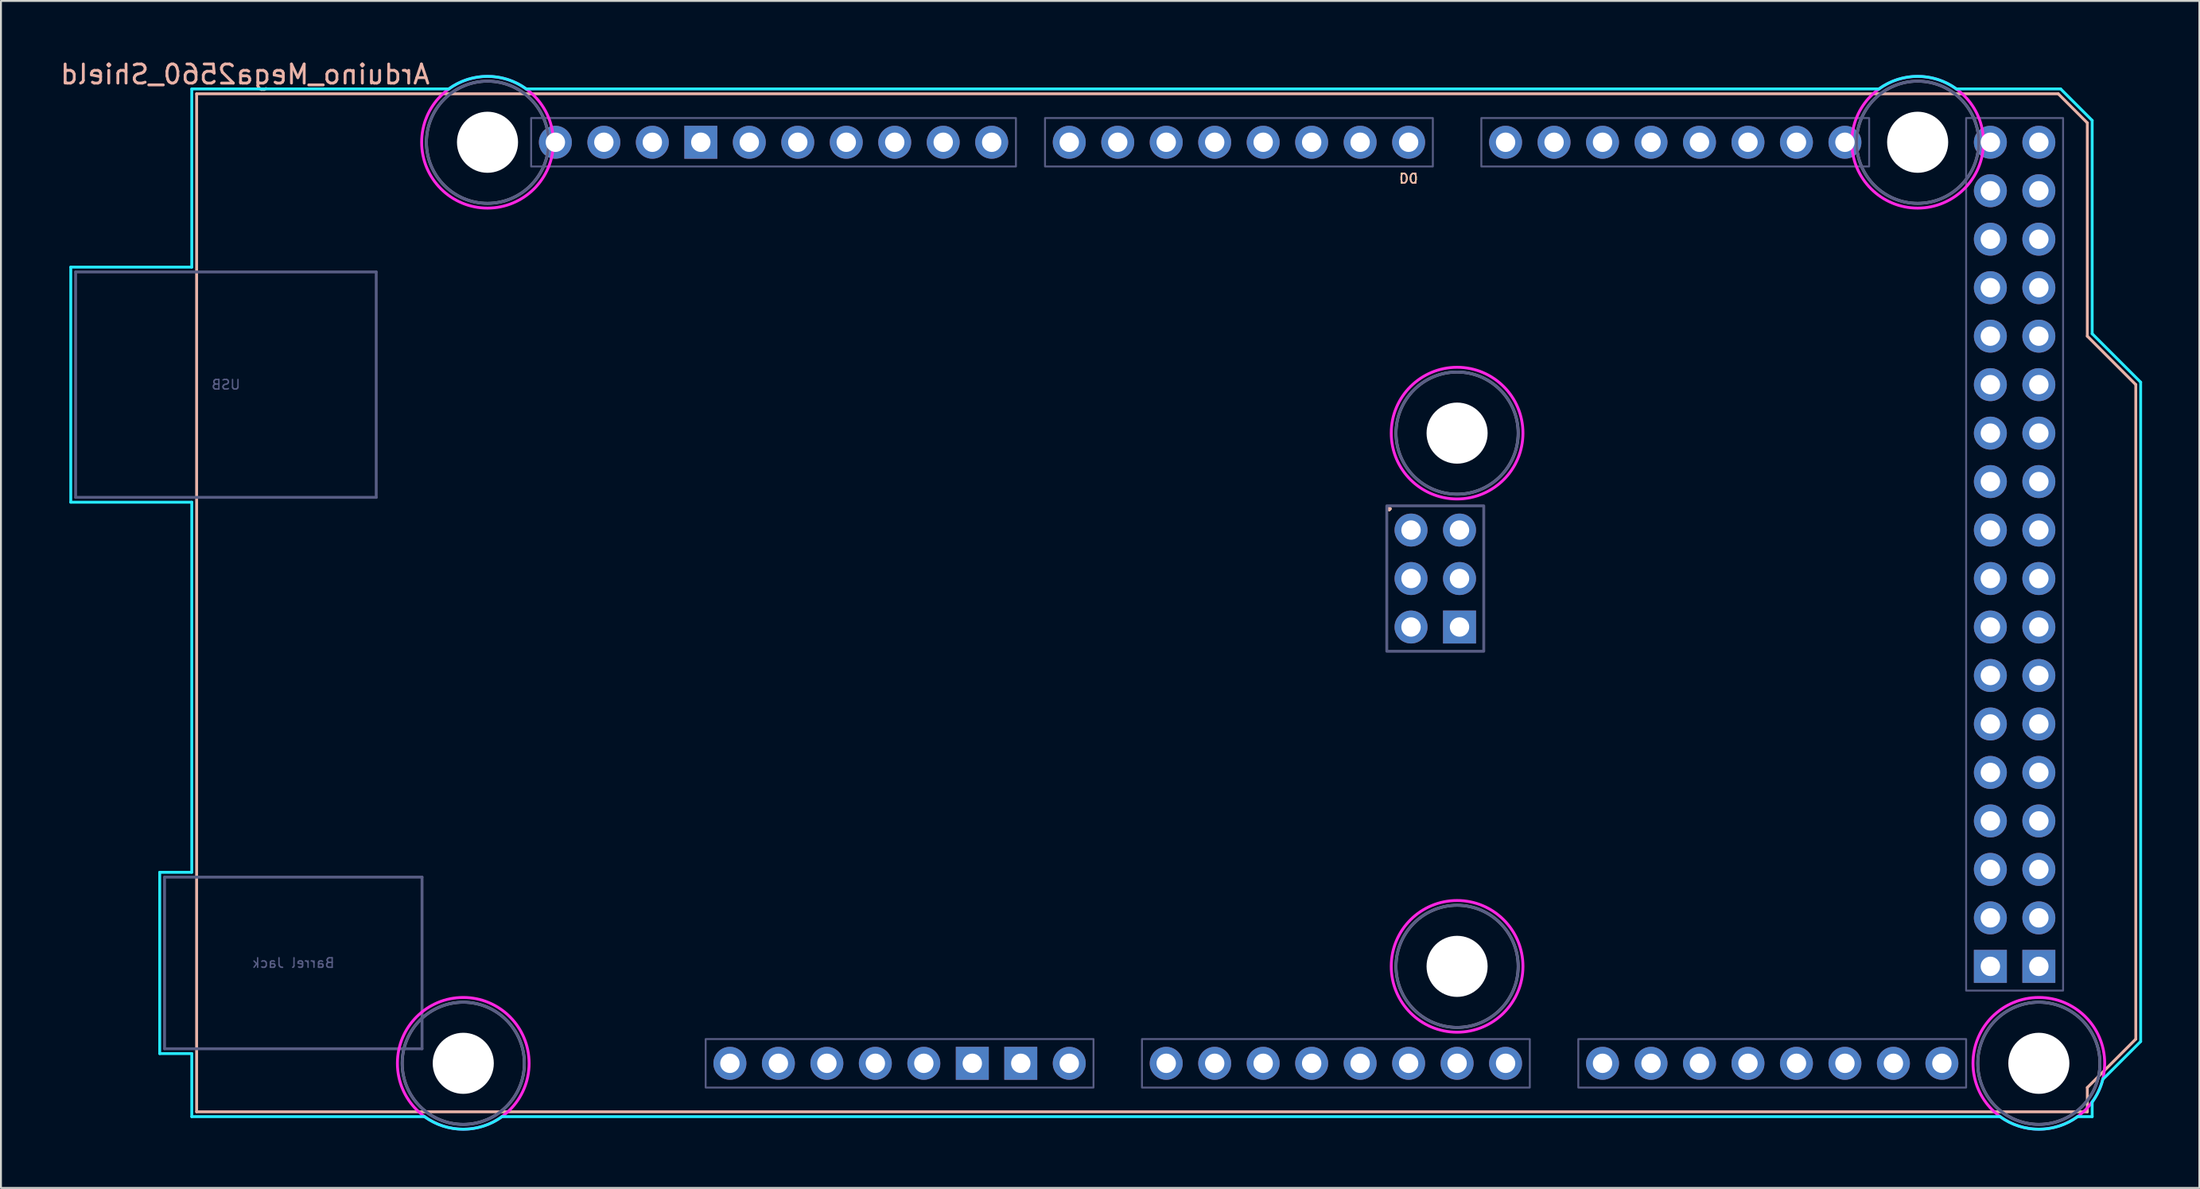
<source format=kicad_pcb>
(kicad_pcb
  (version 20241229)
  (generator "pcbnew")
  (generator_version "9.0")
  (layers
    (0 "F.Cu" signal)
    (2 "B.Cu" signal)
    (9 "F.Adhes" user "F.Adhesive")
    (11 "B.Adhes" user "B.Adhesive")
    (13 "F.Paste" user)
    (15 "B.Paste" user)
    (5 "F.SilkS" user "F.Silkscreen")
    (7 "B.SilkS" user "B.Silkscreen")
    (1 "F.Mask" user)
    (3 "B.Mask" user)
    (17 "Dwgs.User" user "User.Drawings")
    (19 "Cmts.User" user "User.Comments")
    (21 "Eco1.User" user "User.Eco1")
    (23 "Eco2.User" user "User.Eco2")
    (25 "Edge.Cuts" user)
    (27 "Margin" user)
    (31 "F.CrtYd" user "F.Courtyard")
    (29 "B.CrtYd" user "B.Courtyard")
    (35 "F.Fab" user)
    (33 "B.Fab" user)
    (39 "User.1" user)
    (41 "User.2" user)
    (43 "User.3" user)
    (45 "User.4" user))
  (footprint "Arduino_Mega2560_Shield"
    (layer "F.Cu")
    (at 7.252 55.204)
    (property "Reference" "Arduino_Mega2560_Shield" (at 2.54 -54.356 0) (layer "B.SilkS") (effects (font (size 1 1) (thickness 0.15)) (justify mirror)))
    (attr through_hole)
    (fp_line (start 0 -53.34) (end 0 0) (stroke (width 0.15) (type solid)) (layer "B.SilkS"))
    (fp_line (start 0 -53.34) (end 97.536 -53.34) (stroke (width 0.15) (type solid)) (layer "B.SilkS"))
    (fp_line (start 0 0) (end 99.06 0) (stroke (width 0.15) (type solid)) (layer "B.SilkS"))
    (fp_line (start 97.536 -53.34) (end 99.06 -51.816) (stroke (width 0.15) (type solid)) (layer "B.SilkS"))
    (fp_line (start 99.06 -40.64) (end 99.06 -51.816) (stroke (width 0.15) (type solid)) (layer "B.SilkS"))
    (fp_line (start 99.06 -1.27) (end 101.6 -3.81) (stroke (width 0.15) (type solid)) (layer "B.SilkS"))
    (fp_line (start 99.06 0) (end 99.06 -1.27) (stroke (width 0.15) (type solid)) (layer "B.SilkS"))
    (fp_line (start 101.6 -38.1) (end 99.06 -40.64) (stroke (width 0.15) (type solid)) (layer "B.SilkS"))
    (fp_line (start 101.6 -3.81) (end 101.6 -38.1) (stroke (width 0.15) (type solid)) (layer "B.SilkS"))
    (fp_line (start -6.594 -44.258) (end -0.254 -44.258) (stroke (width 0.15) (type solid)) (layer "B.CrtYd"))
    (fp_line (start -6.594 -31.94) (end -6.594 -44.258) (stroke (width 0.15) (type solid)) (layer "B.CrtYd"))
    (fp_line (start -1.934 -12.548) (end -1.934 -3.049) (stroke (width 0.15) (type solid)) (layer "B.CrtYd"))
    (fp_line (start -1.934 -12.548) (end -0.254 -12.548) (stroke (width 0.15) (type solid)) (layer "B.CrtYd"))
    (fp_line (start -1.934 -3.049) (end -0.254 -3.049) (stroke (width 0.15) (type solid)) (layer "B.CrtYd"))
    (fp_line (start -0.254 -53.594) (end -0.254 -44.258) (stroke (width 0.15) (type solid)) (layer "B.CrtYd"))
    (fp_line (start -0.254 -31.94) (end -6.594 -31.94) (stroke (width 0.15) (type solid)) (layer "B.CrtYd"))
    (fp_line (start -0.254 -31.94) (end -0.254 -12.548) (stroke (width 0.15) (type solid)) (layer "B.CrtYd"))
    (fp_line (start -0.254 -3.049) (end -0.254 0.254) (stroke (width 0.15) (type solid)) (layer "B.CrtYd"))
    (fp_line (start 11.938 0.254) (end -0.254 0.254) (stroke (width 0.15) (type solid)) (layer "B.CrtYd"))
    (fp_line (start 13.208 -53.594) (end -0.254 -53.594) (stroke (width 0.15) (type solid)) (layer "B.CrtYd"))
    (fp_line (start 16.002 0.254) (end 94.488 0.254) (stroke (width 0.15) (type solid)) (layer "B.CrtYd"))
    (fp_line (start 17.272 -53.594) (end 88.138 -53.594) (stroke (width 0.15) (type solid)) (layer "B.CrtYd"))
    (fp_line (start 97.663 -53.594) (end 92.202 -53.594) (stroke (width 0.15) (type solid)) (layer "B.CrtYd"))
    (fp_line (start 97.663 -53.594) (end 99.314 -51.943) (stroke (width 0.15) (type solid)) (layer "B.CrtYd"))
    (fp_line (start 99.314 -40.767) (end 99.314 -51.943) (stroke (width 0.15) (type solid)) (layer "B.CrtYd"))
    (fp_line (start 99.314 0.254) (end 98.552 0.254) (stroke (width 0.15) (type solid)) (layer "B.CrtYd"))
    (fp_line (start 99.314 0.254) (end 99.314 -0.508) (stroke (width 0.15) (type solid)) (layer "B.CrtYd"))
    (fp_line (start 99.873 -1.702) (end 101.854 -3.683) (stroke (width 0.15) (type solid)) (layer "B.CrtYd"))
    (fp_line (start 101.854 -38.227) (end 99.314 -40.767) (stroke (width 0.15) (type solid)) (layer "B.CrtYd"))
    (fp_line (start 101.854 -3.683) (end 101.854 -38.227) (stroke (width 0.15) (type solid)) (layer "B.CrtYd"))
    (fp_arc (start 13.208 -53.594) (mid 15.24 -54.254237) (end 17.272 -53.594) (stroke (width 0.15) (type solid)) (layer "B.CrtYd"))
    (fp_arc (start 16.002 0.254) (mid 13.97 0.914237) (end 11.938 0.254) (stroke (width 0.15) (type solid)) (layer "B.CrtYd"))
    (fp_arc (start 88.138 -53.594) (mid 90.17 -54.254237) (end 92.202 -53.594) (stroke (width 0.15) (type solid)) (layer "B.CrtYd"))
    (fp_arc (start 98.552 0.254) (mid 96.52 0.914237) (end 94.488 0.254) (stroke (width 0.15) (type solid)) (layer "B.CrtYd"))
    (fp_arc (start 99.8728 -1.7018) (mid 99.650925 -1.077973) (end 99.314 -0.508) (stroke (width 0.15) (type solid)) (layer "B.CrtYd"))
    (fp_circle (center 13.97 -2.54) (end 17.42 -2.54) (stroke (width 0.15) (type solid)) (fill no) (layer "F.CrtYd"))
    (fp_circle (center 15.24 -50.8) (end 18.69 -50.8) (stroke (width 0.15) (type solid)) (fill no) (layer "F.CrtYd"))
    (fp_circle (center 66.04 -35.56) (end 69.49 -35.56) (stroke (width 0.15) (type solid)) (fill no) (layer "F.CrtYd"))
    (fp_circle (center 66.04 -7.62) (end 69.49 -7.62) (stroke (width 0.15) (type solid)) (fill no) (layer "F.CrtYd"))
    (fp_circle (center 90.17 -50.8) (end 93.62 -50.8) (stroke (width 0.15) (type solid)) (fill no) (layer "F.CrtYd"))
    (fp_circle (center 96.52 -2.54) (end 99.97 -2.54) (stroke (width 0.15) (type solid)) (fill no) (layer "F.CrtYd"))
    (fp_line (start -6.34 -44.004) (end 9.41 -44.004) (stroke (width 0.15) (type solid)) (layer "B.Fab"))
    (fp_line (start -6.34 -32.194) (end -6.34 -44.004) (stroke (width 0.15) (type solid)) (layer "B.Fab"))
    (fp_line (start -6.34 -32.194) (end 9.41 -32.194) (stroke (width 0.15) (type solid)) (layer "B.Fab"))
    (fp_line (start -1.68 -12.294) (end -1.68 -3.303) (stroke (width 0.15) (type solid)) (layer "B.Fab"))
    (fp_line (start -1.68 -12.294) (end 11.81 -12.294) (stroke (width 0.15) (type solid)) (layer "B.Fab"))
    (fp_line (start -1.68 -3.303) (end 11.81 -3.303) (stroke (width 0.15) (type solid)) (layer "B.Fab"))
    (fp_line (start 9.41 -32.194) (end 9.41 -44.004) (stroke (width 0.15) (type solid)) (layer "B.Fab"))
    (fp_line (start 11.81 -12.294) (end 11.81 -3.303) (stroke (width 0.15) (type solid)) (layer "B.Fab"))
    (fp_rect (start 17.526 -52.07) (end 42.926 -49.53) (stroke (width 0.1) (type solid)) (fill no) (layer "B.Fab"))
    (fp_rect (start 26.67 -3.81) (end 46.99 -1.27) (stroke (width 0.1) (type solid)) (fill no) (layer "B.Fab"))
    (fp_rect (start 44.45 -52.07) (end 64.77 -49.53) (stroke (width 0.1) (type solid)) (fill no) (layer "B.Fab"))
    (fp_rect (start 49.53 -3.81) (end 69.85 -1.27) (stroke (width 0.1) (type solid)) (fill no) (layer "B.Fab"))
    (fp_rect (start 62.357 -31.75) (end 67.437 -24.13) (stroke (width 0.15) (type solid)) (fill no) (layer "B.Fab"))
    (fp_rect (start 67.31 -52.07) (end 87.63 -49.53) (stroke (width 0.1) (type solid)) (fill no) (layer "B.Fab"))
    (fp_rect (start 72.39 -3.81) (end 92.71 -1.27) (stroke (width 0.1) (type solid)) (fill no) (layer "B.Fab"))
    (fp_rect (start 92.71 -52.07) (end 97.79 -6.35) (stroke (width 0.1) (type solid)) (fill no) (layer "B.Fab"))
    (fp_circle (center 13.97 -2.54) (end 17.17 -2.54) (stroke (width 0.15) (type solid)) (fill no) (layer "B.Fab"))
    (fp_circle (center 15.24 -50.8) (end 18.44 -50.8) (stroke (width 0.15) (type solid)) (fill no) (layer "B.Fab"))
    (fp_circle (center 66.04 -35.56) (end 69.24 -35.56) (stroke (width 0.15) (type solid)) (fill no) (layer "B.Fab"))
    (fp_circle (center 66.04 -7.62) (end 69.24 -7.62) (stroke (width 0.15) (type solid)) (fill no) (layer "B.Fab"))
    (fp_circle (center 90.17 -50.8) (end 93.37 -50.8) (stroke (width 0.15) (type solid)) (fill no) (layer "B.Fab"))
    (fp_circle (center 96.52 -2.54) (end 99.72 -2.54) (stroke (width 0.15) (type solid)) (fill no) (layer "B.Fab"))
    (fp_circle (center 13.97 -2.54) (end 17.17 -2.54) (stroke (width 0.15) (type solid)) (fill no) (layer "F.Fab"))
    (fp_circle (center 15.24 -50.8) (end 18.44 -50.8) (stroke (width 0.15) (type solid)) (fill no) (layer "F.Fab"))
    (fp_circle (center 66.04 -35.56) (end 69.24 -35.56) (stroke (width 0.15) (type solid)) (fill no) (layer "F.Fab"))
    (fp_circle (center 66.04 -7.62) (end 69.24 -7.62) (stroke (width 0.15) (type solid)) (fill no) (layer "F.Fab"))
    (fp_circle (center 90.17 -50.8) (end 93.37 -50.8) (stroke (width 0.15) (type solid)) (fill no) (layer "F.Fab"))
    (fp_circle (center 96.52 -2.54) (end 99.72 -2.54) (stroke (width 0.15) (type solid)) (fill no) (layer "F.Fab"))
    (fp_text user "." (at 62.484 -32.004 0) (layer "F.SilkS") (effects (font (size 1 1) (thickness 0.15))))
    (fp_text user "D0" (at 63.5 -48.895 0) (unlocked yes) (layer "F.SilkS") (effects (font (size 0.5 0.5) (thickness 0.075))))
    (fp_text user "." (at 62.484 -32.004 0) (layer "B.SilkS") (effects (font (size 1 1) (thickness 0.15))))
    (fp_text user "D0" (at 63.5 -48.895 0) (unlocked yes) (layer "B.SilkS") (effects (font (size 0.5 0.5) (thickness 0.075)) (justify mirror)))
    (fp_text user "USB" (at 1.535 -38.099 0) (layer "B.Fab") (effects (font (size 0.5 0.5) (thickness 0.075)) (justify mirror)))
    (fp_text user "Barrel Jack" (at 5.065 -7.798 0) (layer "B.Fab") (effects (font (size 0.5 0.5) (thickness 0.075)) (justify mirror)))
    (pad "" np_thru_hole circle (at 13.97 -2.54) (size 3.2 3.2) (drill 3.2) (layers "*.Cu" "*.Mask"))
    (pad "" np_thru_hole circle (at 15.24 -50.8) (size 3.2 3.2) (drill 3.2) (layers "*.Cu" "*.Mask"))
    (pad "" thru_hole oval (at 27.94 -2.54) (size 1.727 1.727) (drill 1.016) (layers "*.Cu" "*.Mask"))
    (pad "" np_thru_hole circle (at 66.04 -35.56) (size 3.2 3.2) (drill 3.2) (layers "*.Cu" "*.Mask"))
    (pad "" np_thru_hole circle (at 66.04 -7.62) (size 3.2 3.2) (drill 3.2) (layers "*.Cu" "*.Mask"))
    (pad "" np_thru_hole circle (at 90.17 -50.8) (size 3.2 3.2) (drill 3.2) (layers "*.Cu" "*.Mask"))
    (pad "" np_thru_hole circle (at 96.52 -2.54) (size 3.2 3.2) (drill 3.2) (layers "*.Cu" "*.Mask"))
    (pad "3V3" thru_hole oval (at 35.56 -2.54) (size 1.727 1.727) (drill 1.016) (layers "*.Cu" "*.Mask"))
    (pad "5V1" thru_hole oval (at 38.1 -2.54) (size 1.727 1.727) (drill 1.016) (layers "*.Cu" "*.Mask"))
    (pad "5V2" thru_hole oval (at 66.167 -30.48) (size 1.727 1.727) (drill 1.016) (layers "*.Cu" "*.Mask"))
    (pad "5V3" thru_hole oval (at 93.98 -50.8) (size 1.727 1.727) (drill 1.016) (layers "*.Cu" "*.Mask"))
    (pad "5V4" thru_hole oval (at 96.52 -50.8) (size 1.727 1.727) (drill 1.016) (layers "*.Cu" "*.Mask"))
    (pad "A0" thru_hole oval (at 50.8 -2.54) (size 1.727 1.727) (drill 1.016) (layers "*.Cu" "*.Mask"))
    (pad "A1" thru_hole oval (at 53.34 -2.54) (size 1.727 1.727) (drill 1.016) (layers "*.Cu" "*.Mask"))
    (pad "A2" thru_hole oval (at 55.88 -2.54) (size 1.727 1.727) (drill 1.016) (layers "*.Cu" "*.Mask"))
    (pad "A3" thru_hole oval (at 58.42 -2.54) (size 1.727 1.727) (drill 1.016) (layers "*.Cu" "*.Mask"))
    (pad "A4" thru_hole oval (at 60.96 -2.54) (size 1.727 1.727) (drill 1.016) (layers "*.Cu" "*.Mask"))
    (pad "A5" thru_hole oval (at 63.5 -2.54) (size 1.727 1.727) (drill 1.016) (layers "*.Cu" "*.Mask"))
    (pad "A6" thru_hole oval (at 66.04 -2.54) (size 1.727 1.727) (drill 1.016) (layers "*.Cu" "*.Mask"))
    (pad "A7" thru_hole oval (at 68.58 -2.54) (size 1.727 1.727) (drill 1.016) (layers "*.Cu" "*.Mask"))
    (pad "A8" thru_hole oval (at 73.66 -2.54) (size 1.727 1.727) (drill 1.016) (layers "*.Cu" "*.Mask"))
    (pad "A9" thru_hole oval (at 76.2 -2.54) (size 1.727 1.727) (drill 1.016) (layers "*.Cu" "*.Mask"))
    (pad "A10" thru_hole oval (at 78.74 -2.54) (size 1.727 1.727) (drill 1.016) (layers "*.Cu" "*.Mask"))
    (pad "A11" thru_hole oval (at 81.28 -2.54) (size 1.727 1.727) (drill 1.016) (layers "*.Cu" "*.Mask"))
    (pad "A12" thru_hole oval (at 83.82 -2.54) (size 1.727 1.727) (drill 1.016) (layers "*.Cu" "*.Mask"))
    (pad "A13" thru_hole oval (at 86.36 -2.54) (size 1.727 1.727) (drill 1.016) (layers "*.Cu" "*.Mask"))
    (pad "A14" thru_hole oval (at 88.9 -2.54) (size 1.727 1.727) (drill 1.016) (layers "*.Cu" "*.Mask"))
    (pad "A15" thru_hole oval (at 91.44 -2.54) (size 1.727 1.727) (drill 1.016) (layers "*.Cu" "*.Mask"))
    (pad "AREF" thru_hole oval (at 23.876 -50.8) (size 1.727 1.727) (drill 1.016) (layers "*.Cu" "*.Mask"))
    (pad "D0" thru_hole oval (at 63.5 -50.8) (size 1.727 1.727) (drill 1.016) (layers "*.Cu" "*.Mask"))
    (pad "D1" thru_hole oval (at 60.96 -50.8) (size 1.727 1.727) (drill 1.016) (layers "*.Cu" "*.Mask"))
    (pad "D2" thru_hole oval (at 58.42 -50.8) (size 1.727 1.727) (drill 1.016) (layers "*.Cu" "*.Mask"))
    (pad "D3" thru_hole oval (at 55.88 -50.8) (size 1.727 1.727) (drill 1.016) (layers "*.Cu" "*.Mask"))
    (pad "D4" thru_hole oval (at 53.34 -50.8) (size 1.727 1.727) (drill 1.016) (layers "*.Cu" "*.Mask"))
    (pad "D5" thru_hole oval (at 50.8 -50.8) (size 1.727 1.727) (drill 1.016) (layers "*.Cu" "*.Mask"))
    (pad "D6" thru_hole oval (at 48.26 -50.8) (size 1.727 1.727) (drill 1.016) (layers "*.Cu" "*.Mask"))
    (pad "D7" thru_hole oval (at 45.72 -50.8) (size 1.727 1.727) (drill 1.016) (layers "*.Cu" "*.Mask"))
    (pad "D8" thru_hole oval (at 41.656 -50.8) (size 1.727 1.727) (drill 1.016) (layers "*.Cu" "*.Mask"))
    (pad "D9" thru_hole oval (at 39.116 -50.8) (size 1.727 1.727) (drill 1.016) (layers "*.Cu" "*.Mask"))
    (pad "D10" thru_hole oval (at 36.576 -50.8) (size 1.727 1.727) (drill 1.016) (layers "*.Cu" "*.Mask"))
    (pad "D11" thru_hole oval (at 34.036 -50.8) (size 1.727 1.727) (drill 1.016) (layers "*.Cu" "*.Mask"))
    (pad "D12" thru_hole oval (at 31.496 -50.8) (size 1.727 1.727) (drill 1.016) (layers "*.Cu" "*.Mask"))
    (pad "D13" thru_hole oval (at 28.956 -50.8) (size 1.727 1.727) (drill 1.016) (layers "*.Cu" "*.Mask"))
    (pad "D14" thru_hole oval (at 68.58 -50.8) (size 1.727 1.727) (drill 1.016) (layers "*.Cu" "*.Mask"))
    (pad "D15" thru_hole oval (at 71.12 -50.8) (size 1.727 1.727) (drill 1.016) (layers "*.Cu" "*.Mask"))
    (pad "D16" thru_hole oval (at 73.66 -50.8) (size 1.727 1.727) (drill 1.016) (layers "*.Cu" "*.Mask"))
    (pad "D17" thru_hole oval (at 76.2 -50.8) (size 1.727 1.727) (drill 1.016) (layers "*.Cu" "*.Mask"))
    (pad "D18" thru_hole oval (at 78.74 -50.8) (size 1.727 1.727) (drill 1.016) (layers "*.Cu" "*.Mask"))
    (pad "D19" thru_hole oval (at 81.28 -50.8) (size 1.727 1.727) (drill 1.016) (layers "*.Cu" "*.Mask"))
    (pad "D20" thru_hole oval (at 83.82 -50.8) (size 1.727 1.727) (drill 1.016) (layers "*.Cu" "*.Mask"))
    (pad "D21" thru_hole oval (at 86.36 -50.8) (size 1.727 1.727) (drill 1.016) (layers "*.Cu" "*.Mask"))
    (pad "D22" thru_hole oval (at 93.98 -48.26) (size 1.727 1.727) (drill 1.016) (layers "*.Cu" "*.Mask"))
    (pad "D23" thru_hole oval (at 96.52 -48.26) (size 1.727 1.727) (drill 1.016) (layers "*.Cu" "*.Mask"))
    (pad "D24" thru_hole oval (at 93.98 -45.72) (size 1.727 1.727) (drill 1.016) (layers "*.Cu" "*.Mask"))
    (pad "D25" thru_hole oval (at 96.52 -45.72) (size 1.727 1.727) (drill 1.016) (layers "*.Cu" "*.Mask"))
    (pad "D26" thru_hole oval (at 93.98 -43.18) (size 1.727 1.727) (drill 1.016) (layers "*.Cu" "*.Mask"))
    (pad "D27" thru_hole oval (at 96.52 -43.18) (size 1.727 1.727) (drill 1.016) (layers "*.Cu" "*.Mask"))
    (pad "D28" thru_hole oval (at 93.98 -40.64) (size 1.727 1.727) (drill 1.016) (layers "*.Cu" "*.Mask"))
    (pad "D29" thru_hole oval (at 96.52 -40.64) (size 1.727 1.727) (drill 1.016) (layers "*.Cu" "*.Mask"))
    (pad "D30" thru_hole oval (at 93.98 -38.1) (size 1.727 1.727) (drill 1.016) (layers "*.Cu" "*.Mask"))
    (pad "D31" thru_hole oval (at 96.52 -38.1) (size 1.727 1.727) (drill 1.016) (layers "*.Cu" "*.Mask"))
    (pad "D32" thru_hole oval (at 93.98 -35.56) (size 1.727 1.727) (drill 1.016) (layers "*.Cu" "*.Mask"))
    (pad "D33" thru_hole oval (at 96.52 -35.56) (size 1.727 1.727) (drill 1.016) (layers "*.Cu" "*.Mask"))
    (pad "D34" thru_hole oval (at 93.98 -33.02) (size 1.727 1.727) (drill 1.016) (layers "*.Cu" "*.Mask"))
    (pad "D35" thru_hole oval (at 96.52 -33.02) (size 1.727 1.727) (drill 1.016) (layers "*.Cu" "*.Mask"))
    (pad "D36" thru_hole oval (at 93.98 -30.48) (size 1.727 1.727) (drill 1.016) (layers "*.Cu" "*.Mask"))
    (pad "D37" thru_hole oval (at 96.52 -30.48) (size 1.727 1.727) (drill 1.016) (layers "*.Cu" "*.Mask"))
    (pad "D38" thru_hole oval (at 93.98 -27.94) (size 1.727 1.727) (drill 1.016) (layers "*.Cu" "*.Mask"))
    (pad "D39" thru_hole oval (at 96.52 -27.94) (size 1.727 1.727) (drill 1.016) (layers "*.Cu" "*.Mask"))
    (pad "D40" thru_hole oval (at 93.98 -25.4) (size 1.727 1.727) (drill 1.016) (layers "*.Cu" "*.Mask"))
    (pad "D41" thru_hole oval (at 96.52 -25.4) (size 1.727 1.727) (drill 1.016) (layers "*.Cu" "*.Mask"))
    (pad "D42" thru_hole oval (at 93.98 -22.86) (size 1.727 1.727) (drill 1.016) (layers "*.Cu" "*.Mask"))
    (pad "D43" thru_hole oval (at 96.52 -22.86) (size 1.727 1.727) (drill 1.016) (layers "*.Cu" "*.Mask"))
    (pad "D44" thru_hole oval (at 93.98 -20.32) (size 1.727 1.727) (drill 1.016) (layers "*.Cu" "*.Mask"))
    (pad "D45" thru_hole oval (at 96.52 -20.32) (size 1.727 1.727) (drill 1.016) (layers "*.Cu" "*.Mask"))
    (pad "D46" thru_hole oval (at 93.98 -17.78) (size 1.727 1.727) (drill 1.016) (layers "*.Cu" "*.Mask"))
    (pad "D47" thru_hole oval (at 96.52 -17.78) (size 1.727 1.727) (drill 1.016) (layers "*.Cu" "*.Mask"))
    (pad "D48" thru_hole oval (at 93.98 -15.24) (size 1.727 1.727) (drill 1.016) (layers "*.Cu" "*.Mask"))
    (pad "D49" thru_hole oval (at 96.52 -15.24) (size 1.727 1.727) (drill 1.016) (layers "*.Cu" "*.Mask"))
    (pad "D50" thru_hole oval (at 93.98 -12.7) (size 1.727 1.727) (drill 1.016) (layers "*.Cu" "*.Mask"))
    (pad "D51" thru_hole oval (at 96.52 -12.7) (size 1.727 1.727) (drill 1.016) (layers "*.Cu" "*.Mask"))
    (pad "D52" thru_hole oval (at 93.98 -10.16) (size 1.727 1.727) (drill 1.016) (layers "*.Cu" "*.Mask"))
    (pad "D53" thru_hole oval (at 96.52 -10.16) (size 1.727 1.727) (drill 1.016) (layers "*.Cu" "*.Mask"))
    (pad "GND1" thru_hole rect (at 26.416 -50.8) (size 1.727 1.727) (drill 1.016) (layers "*.Cu" "*.Mask"))
    (pad "GND2" thru_hole rect (at 40.64 -2.54) (size 1.727 1.727) (drill 1.016) (layers "*.Cu" "*.Mask"))
    (pad "GND3" thru_hole rect (at 43.18 -2.54) (size 1.727 1.727) (drill 1.016) (layers "*.Cu" "*.Mask"))
    (pad "GND4" thru_hole rect (at 66.167 -25.4) (size 1.727 1.727) (drill 1.016) (layers "*.Cu" "*.Mask"))
    (pad "GND5" thru_hole rect (at 93.98 -7.62) (size 1.727 1.727) (drill 1.016) (layers "*.Cu" "*.Mask"))
    (pad "GND6" thru_hole rect (at 96.52 -7.62) (size 1.727 1.727) (drill 1.016) (layers "*.Cu" "*.Mask"))
    (pad "IORF" thru_hole oval (at 30.48 -2.54) (size 1.727 1.727) (drill 1.016) (layers "*.Cu" "*.Mask"))
    (pad "MISO" thru_hole oval (at 63.627 -30.48) (size 1.727 1.727) (drill 1.016) (layers "*.Cu" "*.Mask"))
    (pad "MOSI" thru_hole oval (at 66.167 -27.94) (size 1.727 1.727) (drill 1.016) (layers "*.Cu" "*.Mask"))
    (pad "RST1" thru_hole oval (at 33.02 -2.54) (size 1.727 1.727) (drill 1.016) (layers "*.Cu" "*.Mask"))
    (pad "RST2" thru_hole oval (at 63.627 -25.4) (size 1.727 1.727) (drill 1.016) (layers "*.Cu" "*.Mask"))
    (pad "SCK" thru_hole oval (at 63.627 -27.94) (size 1.727 1.727) (drill 1.016) (layers "*.Cu" "*.Mask"))
    (pad "SCL" thru_hole oval (at 18.796 -50.8) (size 1.727 1.727) (drill 1.016) (layers "*.Cu" "*.Mask"))
    (pad "SDA" thru_hole oval (at 21.336 -50.8) (size 1.727 1.727) (drill 1.016) (layers "*.Cu" "*.Mask"))
    (pad "VIN" thru_hole oval (at 45.72 -2.54) (size 1.727 1.727) (drill 1.016) (layers "*.Cu" "*.Mask")))
  (gr_rect
    (start -3 -3)
    (end 112.181 59.193)
    (stroke (width 0.1) (type default))
    (fill no)
    (layer "Edge.Cuts")))
</source>
